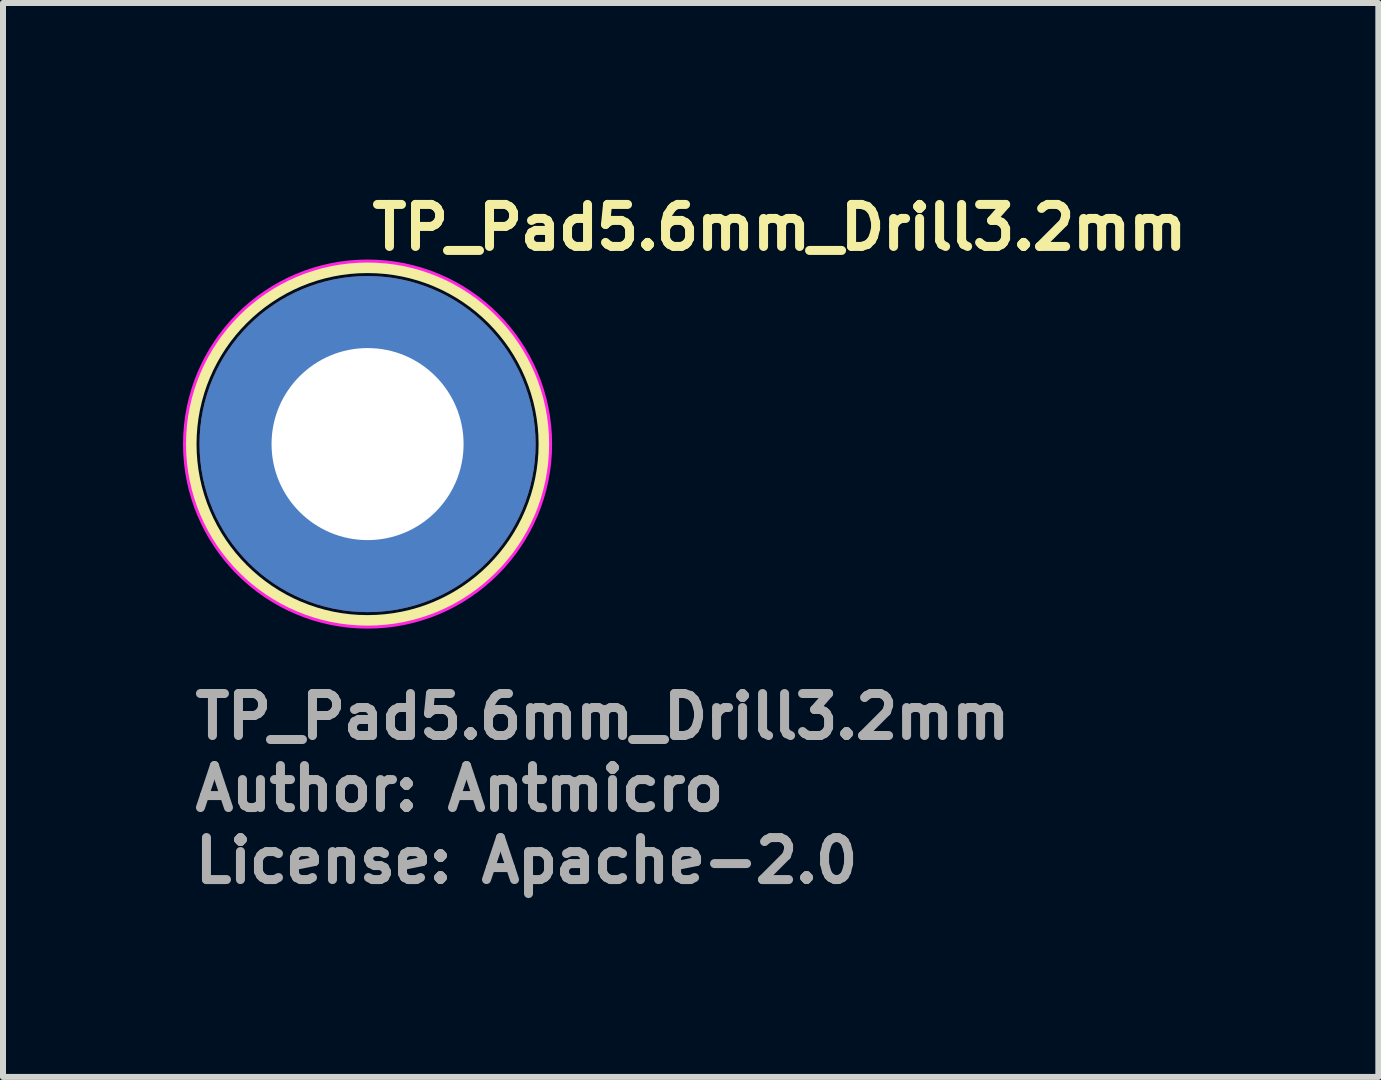
<source format=kicad_pcb>
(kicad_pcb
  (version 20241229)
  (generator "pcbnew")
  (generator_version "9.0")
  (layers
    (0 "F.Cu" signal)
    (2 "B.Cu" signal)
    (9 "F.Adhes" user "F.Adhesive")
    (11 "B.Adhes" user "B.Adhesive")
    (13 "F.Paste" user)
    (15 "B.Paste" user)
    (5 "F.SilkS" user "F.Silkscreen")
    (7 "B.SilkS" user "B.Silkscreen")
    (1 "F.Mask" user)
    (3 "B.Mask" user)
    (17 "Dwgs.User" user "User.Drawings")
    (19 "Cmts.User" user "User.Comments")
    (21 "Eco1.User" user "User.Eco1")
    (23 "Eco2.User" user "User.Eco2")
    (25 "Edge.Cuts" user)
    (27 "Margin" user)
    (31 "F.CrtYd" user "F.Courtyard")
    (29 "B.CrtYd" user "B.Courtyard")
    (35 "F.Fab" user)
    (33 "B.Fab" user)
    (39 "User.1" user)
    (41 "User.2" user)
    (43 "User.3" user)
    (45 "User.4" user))
  (footprint "TP_Pad5.6mm_Drill3.2mm"
    (layer "F.Cu")
    (at 3.075 4.35)
    (property "Reference" "TP_Pad5.6mm_Drill3.2mm" (at 0 -3.2 0) (layer "F.SilkS") (effects (font (size 0.7 0.7) (thickness 0.15)) (justify left bottom)))
    (attr exclude_from_pos_files exclude_from_bom)
    (fp_circle (center 0 0) (end 2.95 0) (stroke (width 0.2) (type solid)) (fill no) (layer "F.SilkS"))
    (fp_circle (center 0 0) (end 3.05 0) (stroke (width 0.05) (type default)) (fill no) (layer "F.CrtYd"))
    (fp_text user "License: Apache-2.0" (at -2.95 7.35 0) (layer "F.Fab") (effects (font (size 0.7 0.7) (thickness 0.15)) (justify left bottom)))
    (fp_text user "${REFERENCE}" (at -2.95 4.95 0) (layer "F.Fab") (effects (font (size 0.7 0.7) (thickness 0.15)) (justify left bottom)))
    (fp_text user "Author: Antmicro" (at -2.95 6.15 0) (layer "F.Fab") (effects (font (size 0.7 0.7) (thickness 0.15)) (justify left bottom)))
    (pad "1" thru_hole circle (at 0 0 90) (size 5.6 5.6) (drill 3.2) (layers "*.Cu" "*.Mask")))
  (gr_rect
    (start -3 -3)
    (end 19.918 14.896)
    (stroke (width 0.1) (type default))
    (fill no)
    (layer "Edge.Cuts")))
</source>
